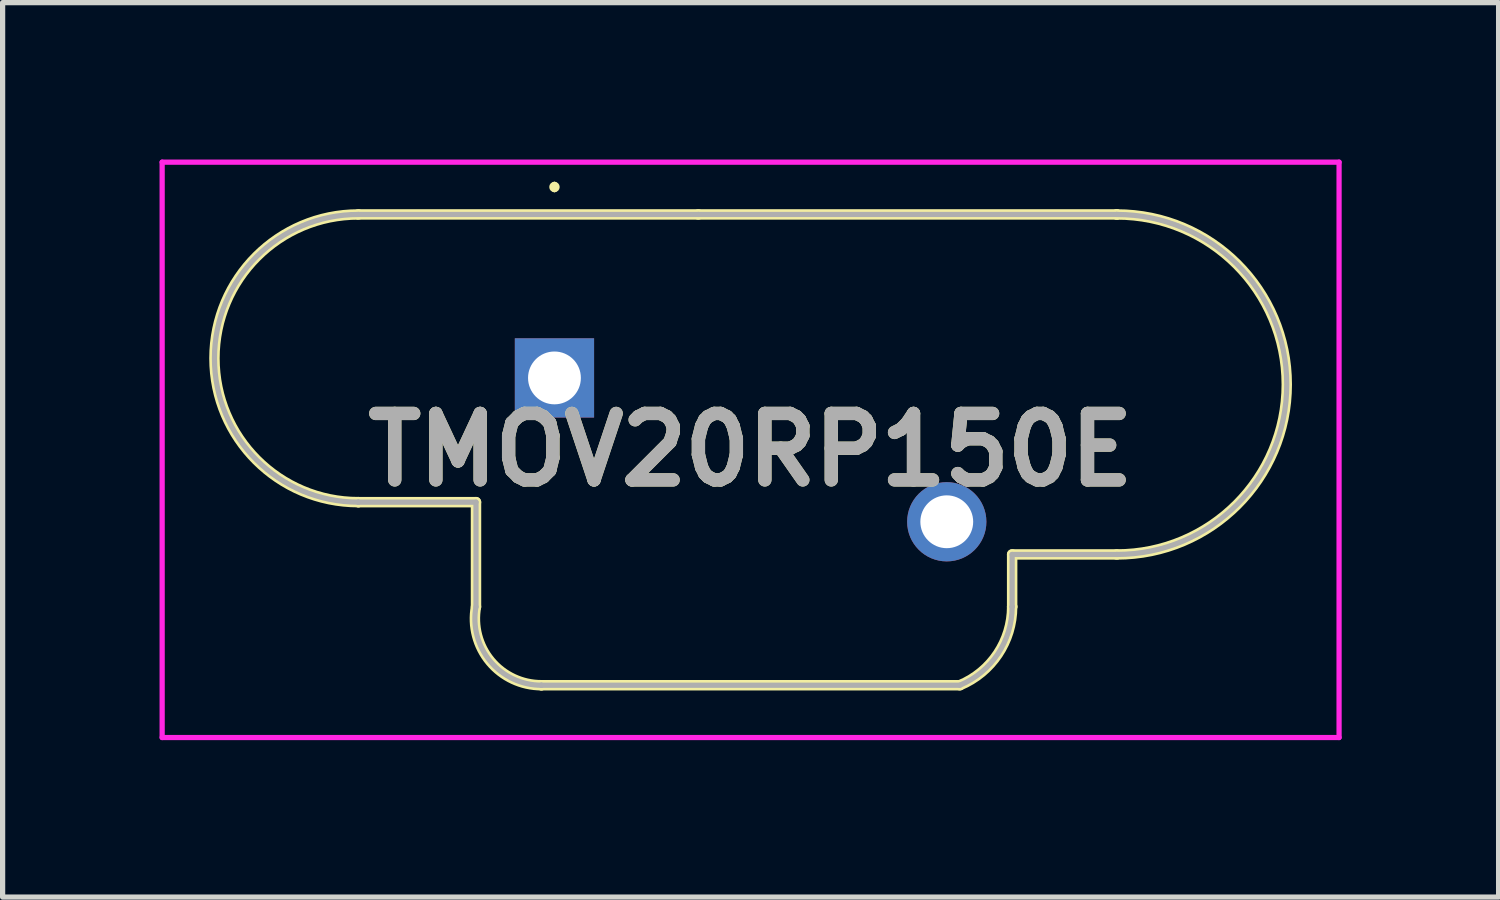
<source format=kicad_pcb>
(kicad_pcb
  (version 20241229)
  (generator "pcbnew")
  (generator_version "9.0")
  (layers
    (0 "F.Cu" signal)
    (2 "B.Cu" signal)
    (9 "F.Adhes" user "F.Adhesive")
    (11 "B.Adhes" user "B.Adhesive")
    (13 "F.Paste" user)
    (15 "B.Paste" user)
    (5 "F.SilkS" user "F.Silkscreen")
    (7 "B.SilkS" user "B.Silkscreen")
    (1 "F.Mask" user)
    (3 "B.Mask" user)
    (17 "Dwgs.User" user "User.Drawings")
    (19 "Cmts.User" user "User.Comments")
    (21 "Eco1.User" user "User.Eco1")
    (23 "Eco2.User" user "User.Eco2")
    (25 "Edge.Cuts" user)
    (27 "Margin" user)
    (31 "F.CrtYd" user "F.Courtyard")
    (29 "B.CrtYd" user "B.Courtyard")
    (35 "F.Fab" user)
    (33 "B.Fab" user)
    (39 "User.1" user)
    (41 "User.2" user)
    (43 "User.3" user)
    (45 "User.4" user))
  (footprint "TMOV20RP150E"
    (layer "F.Cu")
    (at 7.55 4.175)
    (property "Reference" "TMOV20RP150E" (at 3.75 1.375 0) (layer "F.SilkS") (effects (font (size 1.27 1.27) (thickness 0.254))))
    (attr through_hole)
    (fp_line (start -3.75 -3.125) (end 2.75 -3.125) (stroke (width 0.2) (type solid)) (layer "F.SilkS"))
    (fp_line (start -3.75 2.375) (end -3.75 2.375) (stroke (width 0.2) (type solid)) (layer "F.SilkS"))
    (fp_line (start -1.5 2.375) (end -3.75 2.375) (stroke (width 0.2) (type solid)) (layer "F.SilkS"))
    (fp_line (start -1.5 4.375) (end -1.5 2.375) (stroke (width 0.2) (type solid)) (layer "F.SilkS"))
    (fp_line (start -0.25 5.875) (end -0.25 5.875) (stroke (width 0.2) (type solid)) (layer "F.SilkS"))
    (fp_line (start 0 -3.7) (end 0 -3.7) (stroke (width 0.1) (type solid)) (layer "F.SilkS"))
    (fp_line (start 0 -3.6) (end 0 -3.6) (stroke (width 0.1) (type solid)) (layer "F.SilkS"))
    (fp_line (start 2.75 -3.125) (end 10.75 -3.125) (stroke (width 0.2) (type solid)) (layer "F.SilkS"))
    (fp_line (start 7.75 5.875) (end -0.25 5.875) (stroke (width 0.2) (type solid)) (layer "F.SilkS"))
    (fp_line (start 8.75 3.375) (end 8.75 4.375) (stroke (width 0.2) (type solid)) (layer "F.SilkS"))
    (fp_line (start 8.75 4.375) (end 8.75 4.375) (stroke (width 0.2) (type solid)) (layer "F.SilkS"))
    (fp_line (start 10.75 -3.125) (end 10.75 -3.125) (stroke (width 0.2) (type solid)) (layer "F.SilkS"))
    (fp_line (start 10.75 3.375) (end 8.75 3.375) (stroke (width 0.2) (type solid)) (layer "F.SilkS"))
    (fp_arc (start -3.75 2.375) (mid -6.5 -0.375) (end -3.75 -3.125) (stroke (width 0.2) (type solid)) (layer "F.SilkS"))
    (fp_arc (start -0.25 5.875) (mid -1.226488 5.417579) (end -1.500119 4.37456) (stroke (width 0.2) (type solid)) (layer "F.SilkS"))
    (fp_arc (start 0 -3.7) (mid 0.05 -3.65) (end 0 -3.6) (stroke (width 0.1) (type solid)) (layer "F.SilkS"))
    (fp_arc (start 0 -3.6) (mid -0.05 -3.65) (end 0 -3.7) (stroke (width 0.1) (type solid)) (layer "F.SilkS"))
    (fp_arc (start 8.75 4.375) (mid 8.476925 5.276622) (end 7.74948 5.875217) (stroke (width 0.2) (type solid)) (layer "F.SilkS"))
    (fp_arc (start 10.75 -3.125) (mid 14 0.125) (end 10.75 3.375) (stroke (width 0.2) (type solid)) (layer "F.SilkS"))
    (fp_line (start -7.5 -4.125) (end -7.5 6.875) (stroke (width 0.1) (type solid)) (layer "F.CrtYd"))
    (fp_line (start -7.5 6.875) (end 15 6.875) (stroke (width 0.1) (type solid)) (layer "F.CrtYd"))
    (fp_line (start 15 -4.125) (end -7.5 -4.125) (stroke (width 0.1) (type solid)) (layer "F.CrtYd"))
    (fp_line (start 15 6.875) (end 15 -4.125) (stroke (width 0.1) (type solid)) (layer "F.CrtYd"))
    (fp_line (start -3.75 -3.125) (end 2.75 -3.125) (stroke (width 0.1) (type solid)) (layer "F.Fab"))
    (fp_line (start -3.75 2.375) (end -3.75 2.375) (stroke (width 0.1) (type solid)) (layer "F.Fab"))
    (fp_line (start -1.5 2.375) (end -3.75 2.375) (stroke (width 0.1) (type solid)) (layer "F.Fab"))
    (fp_line (start -1.5 4.375) (end -1.5 2.375) (stroke (width 0.1) (type solid)) (layer "F.Fab"))
    (fp_line (start -0.25 5.875) (end -0.25 5.875) (stroke (width 0.1) (type solid)) (layer "F.Fab"))
    (fp_line (start 2.75 -3.125) (end 10.75 -3.125) (stroke (width 0.1) (type solid)) (layer "F.Fab"))
    (fp_line (start 7.75 5.875) (end -0.25 5.875) (stroke (width 0.1) (type solid)) (layer "F.Fab"))
    (fp_line (start 8.75 3.375) (end 8.75 4.375) (stroke (width 0.1) (type solid)) (layer "F.Fab"))
    (fp_line (start 8.75 4.375) (end 8.75 4.375) (stroke (width 0.1) (type solid)) (layer "F.Fab"))
    (fp_line (start 10.75 -3.125) (end 10.75 -3.125) (stroke (width 0.1) (type solid)) (layer "F.Fab"))
    (fp_line (start 10.75 3.375) (end 8.75 3.375) (stroke (width 0.1) (type solid)) (layer "F.Fab"))
    (fp_arc (start -3.75 2.375) (mid -6.5 -0.375) (end -3.75 -3.125) (stroke (width 0.1) (type solid)) (layer "F.Fab"))
    (fp_arc (start -0.25 5.875) (mid -1.226488 5.417579) (end -1.500119 4.37456) (stroke (width 0.1) (type solid)) (layer "F.Fab"))
    (fp_arc (start 8.75 4.375) (mid 8.476925 5.276622) (end 7.74948 5.875217) (stroke (width 0.1) (type solid)) (layer "F.Fab"))
    (fp_arc (start 10.75 -3.125) (mid 14 0.125) (end 10.75 3.375) (stroke (width 0.1) (type solid)) (layer "F.Fab"))
    (fp_text user "${REFERENCE}" (at 3.75 1.375 0) (layer "F.Fab") (effects (font (size 1.27 1.27) (thickness 0.254))))
    (pad "1" thru_hole rect (at 0 0) (size 1.515 1.515) (drill 1.01) (layers "*.Cu" "*.Mask"))
    (pad "2" thru_hole circle (at 7.5 2.75) (size 1.515 1.515) (drill 1.01) (layers "*.Cu" "*.Mask")))
  (gr_rect
    (start -3 -3)
    (end 25.6 14.1)
    (stroke (width 0.1) (type default))
    (fill no)
    (layer "Edge.Cuts")))
</source>
